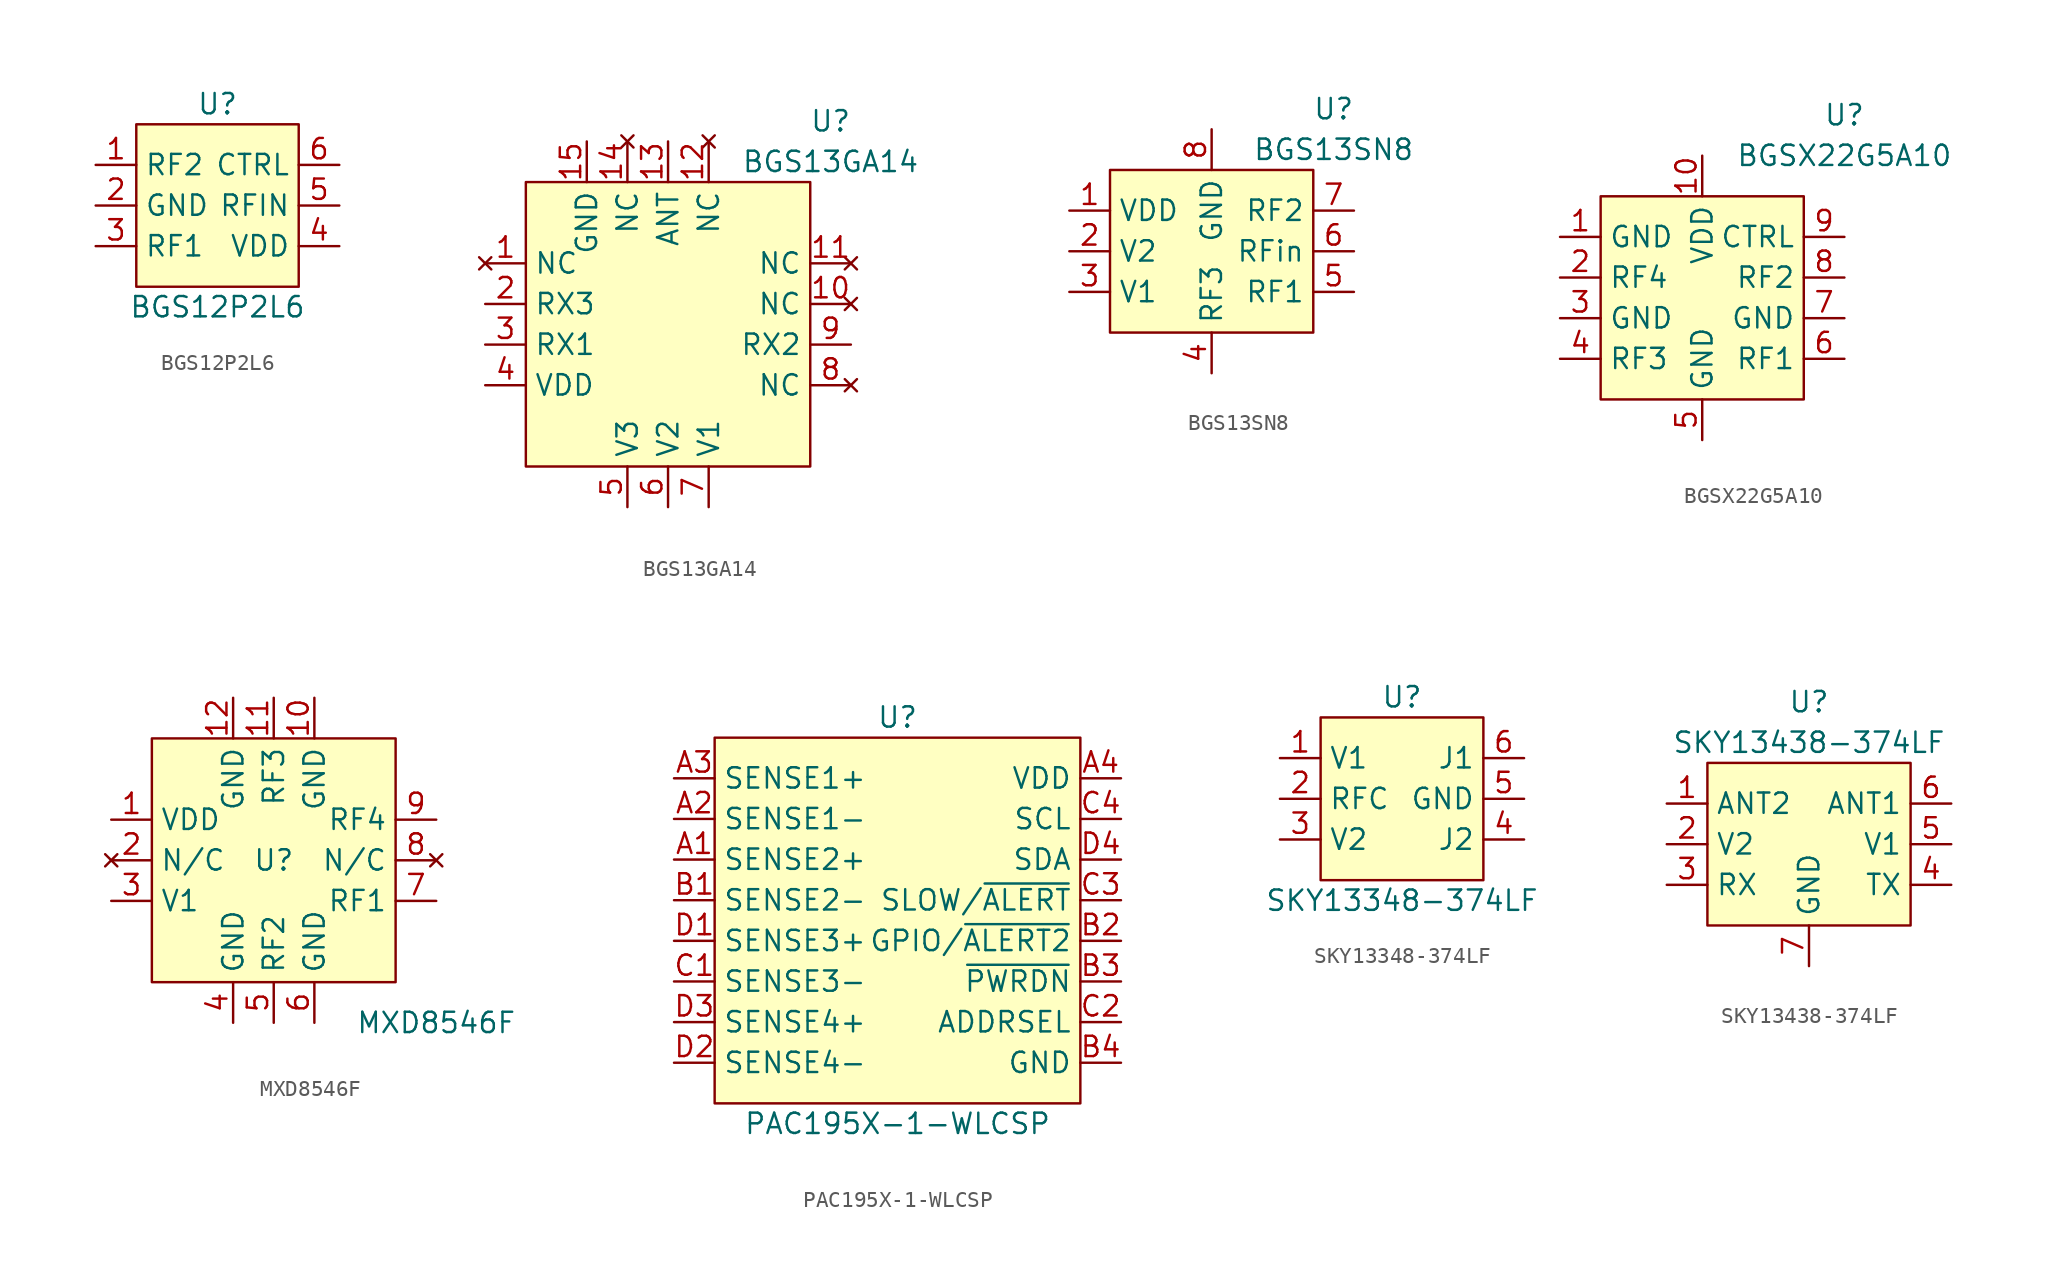
<source format=kicad_sym>
(kicad_symbol_lib
  (version 20220914)
  (generator kicad_symbol_editor)
  (symbol "BGS12P2L6"
    (property "Reference" "U"
      (at 0 6.35 0)
      (effects (font (size 1.27 1.27))))
    (property "Value" "BGS12P2L6"
      (at 0 -6.35 0)
      (effects (font (size 1.27 1.27))))
    (symbol "BGS12P2L6_1_1"
      (rectangle (start -5.08 5.08) (end 5.08 -5.08) (stroke (width 0) (type default)) (fill (type background)))
      (pin passive line (at -7.62 2.54 0) (length 2.54) (name "RF2" (effects (font (size 1.27 1.27)))) (number "1" (effects (font (size 1.27 1.27)))))
      (pin power_in line (at -7.62 0 0) (length 2.54) (name "GND" (effects (font (size 1.27 1.27)))) (number "2" (effects (font (size 1.27 1.27)))))
      (pin passive line (at -7.62 -2.54 0) (length 2.54) (name "RF1" (effects (font (size 1.27 1.27)))) (number "3" (effects (font (size 1.27 1.27)))))
      (pin power_in line (at 7.62 -2.54 180) (length 2.54) (name "VDD" (effects (font (size 1.27 1.27)))) (number "4" (effects (font (size 1.27 1.27)))))
      (pin passive line (at 7.62 0 180) (length 2.54) (name "RFIN" (effects (font (size 1.27 1.27)))) (number "5" (effects (font (size 1.27 1.27)))))
      (pin input line (at 7.62 2.54 180) (length 2.54) (name "CTRL" (effects (font (size 1.27 1.27)))) (number "6" (effects (font (size 1.27 1.27)))))))
  (symbol "BGS13GA14"
    (property "Reference" "U"
      (at 10.16 12.7 0)
      (effects (font (size 1.27 1.27))))
    (property "Value" "BGS13GA14"
      (at 10.16 10.16 0)
      (effects (font (size 1.27 1.27))))
    (symbol "BGS13GA14_1_1"
      (rectangle (start -8.89 8.89) (end 8.89 -8.89) (stroke (width 0) (type default)) (fill (type background)))
      (pin no_connect line (at -11.43 3.81 0) (length 2.54) (name "NC" (effects (font (size 1.27 1.27)))) (number "1" (effects (font (size 1.27 1.27)))))
      (pin no_connect line (at 11.43 1.27 180) (length 2.54) (name "NC" (effects (font (size 1.27 1.27)))) (number "10" (effects (font (size 1.27 1.27)))))
      (pin no_connect line (at 11.43 3.81 180) (length 2.54) (name "NC" (effects (font (size 1.27 1.27)))) (number "11" (effects (font (size 1.27 1.27)))))
      (pin no_connect line (at 2.54 11.43 270) (length 2.54) (name "NC" (effects (font (size 1.27 1.27)))) (number "12" (effects (font (size 1.27 1.27)))))
      (pin passive line (at 0 11.43 270) (length 2.54) (name "ANT" (effects (font (size 1.27 1.27)))) (number "13" (effects (font (size 1.27 1.27)))))
      (pin no_connect line (at -2.54 11.43 270) (length 2.54) (name "NC" (effects (font (size 1.27 1.27)))) (number "14" (effects (font (size 1.27 1.27)))))
      (pin power_in line (at -5.08 11.43 270) (length 2.54) (name "GND" (effects (font (size 1.27 1.27)))) (number "15" (effects (font (size 1.27 1.27)))))
      (pin passive line (at -11.43 1.27 0) (length 2.54) (name "RX3" (effects (font (size 1.27 1.27)))) (number "2" (effects (font (size 1.27 1.27)))))
      (pin passive line (at -11.43 -1.27 0) (length 2.54) (name "RX1" (effects (font (size 1.27 1.27)))) (number "3" (effects (font (size 1.27 1.27)))))
      (pin power_in line (at -11.43 -3.81 0) (length 2.54) (name "VDD" (effects (font (size 1.27 1.27)))) (number "4" (effects (font (size 1.27 1.27)))))
      (pin input line (at -2.54 -11.43 90) (length 2.54) (name "V3" (effects (font (size 1.27 1.27)))) (number "5" (effects (font (size 1.27 1.27)))))
      (pin input line (at 0 -11.43 90) (length 2.54) (name "V2" (effects (font (size 1.27 1.27)))) (number "6" (effects (font (size 1.27 1.27)))))
      (pin input line (at 2.54 -11.43 90) (length 2.54) (name "V1" (effects (font (size 1.27 1.27)))) (number "7" (effects (font (size 1.27 1.27)))))
      (pin no_connect line (at 11.43 -3.81 180) (length 2.54) (name "NC" (effects (font (size 1.27 1.27)))) (number "8" (effects (font (size 1.27 1.27)))))
      (pin passive line (at 11.43 -1.27 180) (length 2.54) (name "RX2" (effects (font (size 1.27 1.27)))) (number "9" (effects (font (size 1.27 1.27)))))))
  (symbol "BGS13SN8"
    (property "Reference" "U"
      (at 7.62 8.89 0)
      (effects (font (size 1.27 1.27))))
    (property "Value" "BGS13SN8"
      (at 7.62 6.35 0)
      (effects (font (size 1.27 1.27))))
    (symbol "BGS13SN8_1_1"
      (rectangle (start -6.35 5.08) (end 6.35 -5.08) (stroke (width 0) (type default)) (fill (type background)))
      (pin power_in line (at -8.89 2.54 0) (length 2.54) (name "VDD" (effects (font (size 1.27 1.27)))) (number "1" (effects (font (size 1.27 1.27)))))
      (pin input line (at -8.89 0 0) (length 2.54) (name "V2" (effects (font (size 1.27 1.27)))) (number "2" (effects (font (size 1.27 1.27)))))
      (pin input line (at -8.89 -2.54 0) (length 2.54) (name "V1" (effects (font (size 1.27 1.27)))) (number "3" (effects (font (size 1.27 1.27)))))
      (pin passive line (at 0 -7.62 90) (length 2.54) (name "RF3" (effects (font (size 1.27 1.27)))) (number "4" (effects (font (size 1.27 1.27)))))
      (pin passive line (at 8.89 -2.54 180) (length 2.54) (name "RF1" (effects (font (size 1.27 1.27)))) (number "5" (effects (font (size 1.27 1.27)))))
      (pin passive line (at 8.89 0 180) (length 2.54) (name "RFin" (effects (font (size 1.27 1.27)))) (number "6" (effects (font (size 1.27 1.27)))))
      (pin passive line (at 8.89 2.54 180) (length 2.54) (name "RF2" (effects (font (size 1.27 1.27)))) (number "7" (effects (font (size 1.27 1.27)))))
      (pin power_in line (at 0 7.62 270) (length 2.54) (name "GND" (effects (font (size 1.27 1.27)))) (number "8" (effects (font (size 1.27 1.27)))))
      (pin power_in line (at 0 7.62 270) (length 2.54) hide (name "GND" (effects (font (size 1.27 1.27)))) (number "9" (effects (font (size 1.27 1.27)))))))
  (symbol "BGSX22G5A10"
    (property "Reference" "U"
      (at 8.89 11.43 0)
      (effects (font (size 1.27 1.27))))
    (property "Value" "BGSX22G5A10"
      (at 8.89 8.89 0)
      (effects (font (size 1.27 1.27))))
    (symbol "BGSX22G5A10_1_1"
      (rectangle (start -6.35 6.35) (end 6.35 -6.35) (stroke (width 0) (type default)) (fill (type background)))
      (pin power_in line (at -8.89 3.81 0) (length 2.54) (name "GND" (effects (font (size 1.27 1.27)))) (number "1" (effects (font (size 1.27 1.27)))))
      (pin power_in line (at 0 8.89 270) (length 2.54) (name "VDD" (effects (font (size 1.27 1.27)))) (number "10" (effects (font (size 1.27 1.27)))))
      (pin passive line (at -8.89 1.27 0) (length 2.54) (name "RF4" (effects (font (size 1.27 1.27)))) (number "2" (effects (font (size 1.27 1.27)))))
      (pin power_in line (at -8.89 -1.27 0) (length 2.54) (name "GND" (effects (font (size 1.27 1.27)))) (number "3" (effects (font (size 1.27 1.27)))))
      (pin passive line (at -8.89 -3.81 0) (length 2.54) (name "RF3" (effects (font (size 1.27 1.27)))) (number "4" (effects (font (size 1.27 1.27)))))
      (pin power_in line (at 0 -8.89 90) (length 2.54) (name "GND" (effects (font (size 1.27 1.27)))) (number "5" (effects (font (size 1.27 1.27)))))
      (pin passive line (at 8.89 -3.81 180) (length 2.54) (name "RF1" (effects (font (size 1.27 1.27)))) (number "6" (effects (font (size 1.27 1.27)))))
      (pin power_in line (at 8.89 -1.27 180) (length 2.54) (name "GND" (effects (font (size 1.27 1.27)))) (number "7" (effects (font (size 1.27 1.27)))))
      (pin passive line (at 8.89 1.27 180) (length 2.54) (name "RF2" (effects (font (size 1.27 1.27)))) (number "8" (effects (font (size 1.27 1.27)))))
      (pin input line (at 8.89 3.81 180) (length 2.54) (name "CTRL" (effects (font (size 1.27 1.27)))) (number "9" (effects (font (size 1.27 1.27)))))))
  (symbol "MXD8546F"
    (property "Reference" "U"
      (at 0 0 0)
      (effects (font (size 1.27 1.27))))
    (property "Value" "MXD8546F"
      (at 10.16 -10.16 0)
      (effects (font (size 1.27 1.27))))
    (symbol "MXD8546F_1_1"
      (rectangle (start -7.62 7.62) (end 7.62 -7.62) (stroke (width 0) (type default)) (fill (type background)))
      (pin power_in line (at -10.16 2.54 0) (length 2.54) (name "VDD" (effects (font (size 1.27 1.27)))) (number "1" (effects (font (size 1.27 1.27)))))
      (pin power_in line (at 2.54 10.16 270) (length 2.54) (name "GND" (effects (font (size 1.27 1.27)))) (number "10" (effects (font (size 1.27 1.27)))))
      (pin passive line (at 0 10.16 270) (length 2.54) (name "RF3" (effects (font (size 1.27 1.27)))) (number "11" (effects (font (size 1.27 1.27)))))
      (pin power_in line (at -2.54 10.16 270) (length 2.54) (name "GND" (effects (font (size 1.27 1.27)))) (number "12" (effects (font (size 1.27 1.27)))))
      (pin power_in line (at -2.54 10.16 270) (length 2.54) hide (name "GND" (effects (font (size 1.27 1.27)))) (number "13" (effects (font (size 1.27 1.27)))))
      (pin no_connect line (at -10.16 0 0) (length 2.54) (name "N/C" (effects (font (size 1.27 1.27)))) (number "2" (effects (font (size 1.27 1.27)))))
      (pin input line (at -10.16 -2.54 0) (length 2.54) (name "V1" (effects (font (size 1.27 1.27)))) (number "3" (effects (font (size 1.27 1.27)))))
      (pin power_in line (at -2.54 -10.16 90) (length 2.54) (name "GND" (effects (font (size 1.27 1.27)))) (number "4" (effects (font (size 1.27 1.27)))))
      (pin passive line (at 0 -10.16 90) (length 2.54) (name "RF2" (effects (font (size 1.27 1.27)))) (number "5" (effects (font (size 1.27 1.27)))))
      (pin power_in line (at 2.54 -10.16 90) (length 2.54) (name "GND" (effects (font (size 1.27 1.27)))) (number "6" (effects (font (size 1.27 1.27)))))
      (pin passive line (at 10.16 -2.54 180) (length 2.54) (name "RF1" (effects (font (size 1.27 1.27)))) (number "7" (effects (font (size 1.27 1.27)))))
      (pin no_connect line (at 10.16 0 180) (length 2.54) (name "N/C" (effects (font (size 1.27 1.27)))) (number "8" (effects (font (size 1.27 1.27)))))
      (pin passive line (at 10.16 2.54 180) (length 2.54) (name "RF4" (effects (font (size 1.27 1.27)))) (number "9" (effects (font (size 1.27 1.27)))))))
  (symbol "PAC195X-1-WLCSP"
    (property "Reference" "U"
      (at 0 12.7 0)
      (effects (font (size 1.27 1.27))))
    (property "Value" "PAC195X-1-WLCSP"
      (at 0 -12.7 0)
      (effects (font (size 1.27 1.27))))
    (symbol "PAC195X-1-WLCSP_0_1"
      (rectangle (start -11.43 11.43) (end 11.43 -11.43) (stroke (width 0.152) (type default)) (fill (type background))))
    (symbol "PAC195X-1-WLCSP_1_1"
      (pin input line (at -13.97 3.81 0) (length 2.54) (name "SENSE2+" (effects (font (size 1.27 1.27)))) (number "A1" (effects (font (size 1.27 1.27)))))
      (pin input line (at -13.97 6.35 0) (length 2.54) (name "SENSE1-" (effects (font (size 1.27 1.27)))) (number "A2" (effects (font (size 1.27 1.27)))))
      (pin input line (at -13.97 8.89 0) (length 2.54) (name "SENSE1+" (effects (font (size 1.27 1.27)))) (number "A3" (effects (font (size 1.27 1.27)))))
      (pin power_in line (at 13.97 8.89 180) (length 2.54) (name "VDD" (effects (font (size 1.27 1.27)))) (number "A4" (effects (font (size 1.27 1.27)))))
      (pin input line (at -13.97 1.27 0) (length 2.54) (name "SENSE2-" (effects (font (size 1.27 1.27)))) (number "B1" (effects (font (size 1.27 1.27)))))
      (pin bidirectional line (at 13.97 -1.27 180) (length 2.54) (name "GPIO/~{ALERT2}" (effects (font (size 1.27 1.27)))) (number "B2" (effects (font (size 1.27 1.27)))))
      (pin input line (at 13.97 -3.81 180) (length 2.54) (name "~{PWRDN}" (effects (font (size 1.27 1.27)))) (number "B3" (effects (font (size 1.27 1.27)))))
      (pin power_in line (at 13.97 -8.89 180) (length 2.54) (name "GND" (effects (font (size 1.27 1.27)))) (number "B4" (effects (font (size 1.27 1.27)))))
      (pin input line (at -13.97 -3.81 0) (length 2.54) (name "SENSE3-" (effects (font (size 1.27 1.27)))) (number "C1" (effects (font (size 1.27 1.27)))))
      (pin passive line (at 13.97 -6.35 180) (length 2.54) (name "ADDRSEL" (effects (font (size 1.27 1.27)))) (number "C2" (effects (font (size 1.27 1.27)))))
      (pin bidirectional line (at 13.97 1.27 180) (length 2.54) (name "SLOW/~{ALERT}" (effects (font (size 1.27 1.27)))) (number "C3" (effects (font (size 1.27 1.27)))))
      (pin input line (at 13.97 6.35 180) (length 2.54) (name "SCL" (effects (font (size 1.27 1.27)))) (number "C4" (effects (font (size 1.27 1.27)))))
      (pin input line (at -13.97 -1.27 0) (length 2.54) (name "SENSE3+" (effects (font (size 1.27 1.27)))) (number "D1" (effects (font (size 1.27 1.27)))))
      (pin input line (at -13.97 -8.89 0) (length 2.54) (name "SENSE4-" (effects (font (size 1.27 1.27)))) (number "D2" (effects (font (size 1.27 1.27)))))
      (pin input line (at -13.97 -6.35 0) (length 2.54) (name "SENSE4+" (effects (font (size 1.27 1.27)))) (number "D3" (effects (font (size 1.27 1.27)))))
      (pin bidirectional line (at 13.97 3.81 180) (length 2.54) (name "SDA" (effects (font (size 1.27 1.27)))) (number "D4" (effects (font (size 1.27 1.27)))))))
  (symbol "SKY13348-374LF"
    (property "Reference" "U"
      (at 0 6.35 0)
      (effects (font (size 1.27 1.27))))
    (property "Value" "SKY13348-374LF"
      (at 0 -6.35 0)
      (effects (font (size 1.27 1.27))))
    (symbol "SKY13348-374LF_1_1"
      (rectangle (start -5.08 5.08) (end 5.08 -5.08) (stroke (width 0) (type default)) (fill (type background)))
      (pin input line (at -7.62 2.54 0) (length 2.54) (name "V1" (effects (font (size 1.27 1.27)))) (number "1" (effects (font (size 1.27 1.27)))))
      (pin passive line (at -7.62 0 0) (length 2.54) (name "RFC" (effects (font (size 1.27 1.27)))) (number "2" (effects (font (size 1.27 1.27)))))
      (pin input line (at -7.62 -2.54 0) (length 2.54) (name "V2" (effects (font (size 1.27 1.27)))) (number "3" (effects (font (size 1.27 1.27)))))
      (pin passive line (at 7.62 -2.54 180) (length 2.54) (name "J2" (effects (font (size 1.27 1.27)))) (number "4" (effects (font (size 1.27 1.27)))))
      (pin power_in line (at 7.62 0 180) (length 2.54) (name "GND" (effects (font (size 1.27 1.27)))) (number "5" (effects (font (size 1.27 1.27)))))
      (pin passive line (at 7.62 2.54 180) (length 2.54) (name "J1" (effects (font (size 1.27 1.27)))) (number "6" (effects (font (size 1.27 1.27)))))
      (pin power_in line (at 7.62 0 180) (length 2.54) hide (name "GND" (effects (font (size 1.27 1.27)))) (number "7" (effects (font (size 1.27 1.27)))))))
  (symbol "SKY13438-374LF"
    (property "Reference" "U"
      (at 0 8.89 0)
      (effects (font (size 1.27 1.27))))
    (property "Value" "SKY13438-374LF"
      (at 0 6.35 0)
      (effects (font (size 1.27 1.27))))
    (symbol "SKY13438-374LF_1_1"
      (rectangle (start -6.35 5.08) (end 6.35 -5.08) (stroke (width 0) (type default)) (fill (type background)))
      (pin passive line (at -8.89 2.54 0) (length 2.54) (name "ANT2" (effects (font (size 1.27 1.27)))) (number "1" (effects (font (size 1.27 1.27)))))
      (pin input line (at -8.89 0 0) (length 2.54) (name "V2" (effects (font (size 1.27 1.27)))) (number "2" (effects (font (size 1.27 1.27)))))
      (pin passive line (at -8.89 -2.54 0) (length 2.54) (name "RX" (effects (font (size 1.27 1.27)))) (number "3" (effects (font (size 1.27 1.27)))))
      (pin passive line (at 8.89 -2.54 180) (length 2.54) (name "TX" (effects (font (size 1.27 1.27)))) (number "4" (effects (font (size 1.27 1.27)))))
      (pin input line (at 8.89 0 180) (length 2.54) (name "V1" (effects (font (size 1.27 1.27)))) (number "5" (effects (font (size 1.27 1.27)))))
      (pin passive line (at 8.89 2.54 180) (length 2.54) (name "ANT1" (effects (font (size 1.27 1.27)))) (number "6" (effects (font (size 1.27 1.27)))))
      (pin power_in line (at 0 -7.62 90) (length 2.54) (name "GND" (effects (font (size 1.27 1.27)))) (number "7" (effects (font (size 1.27 1.27))))))))
</source>
